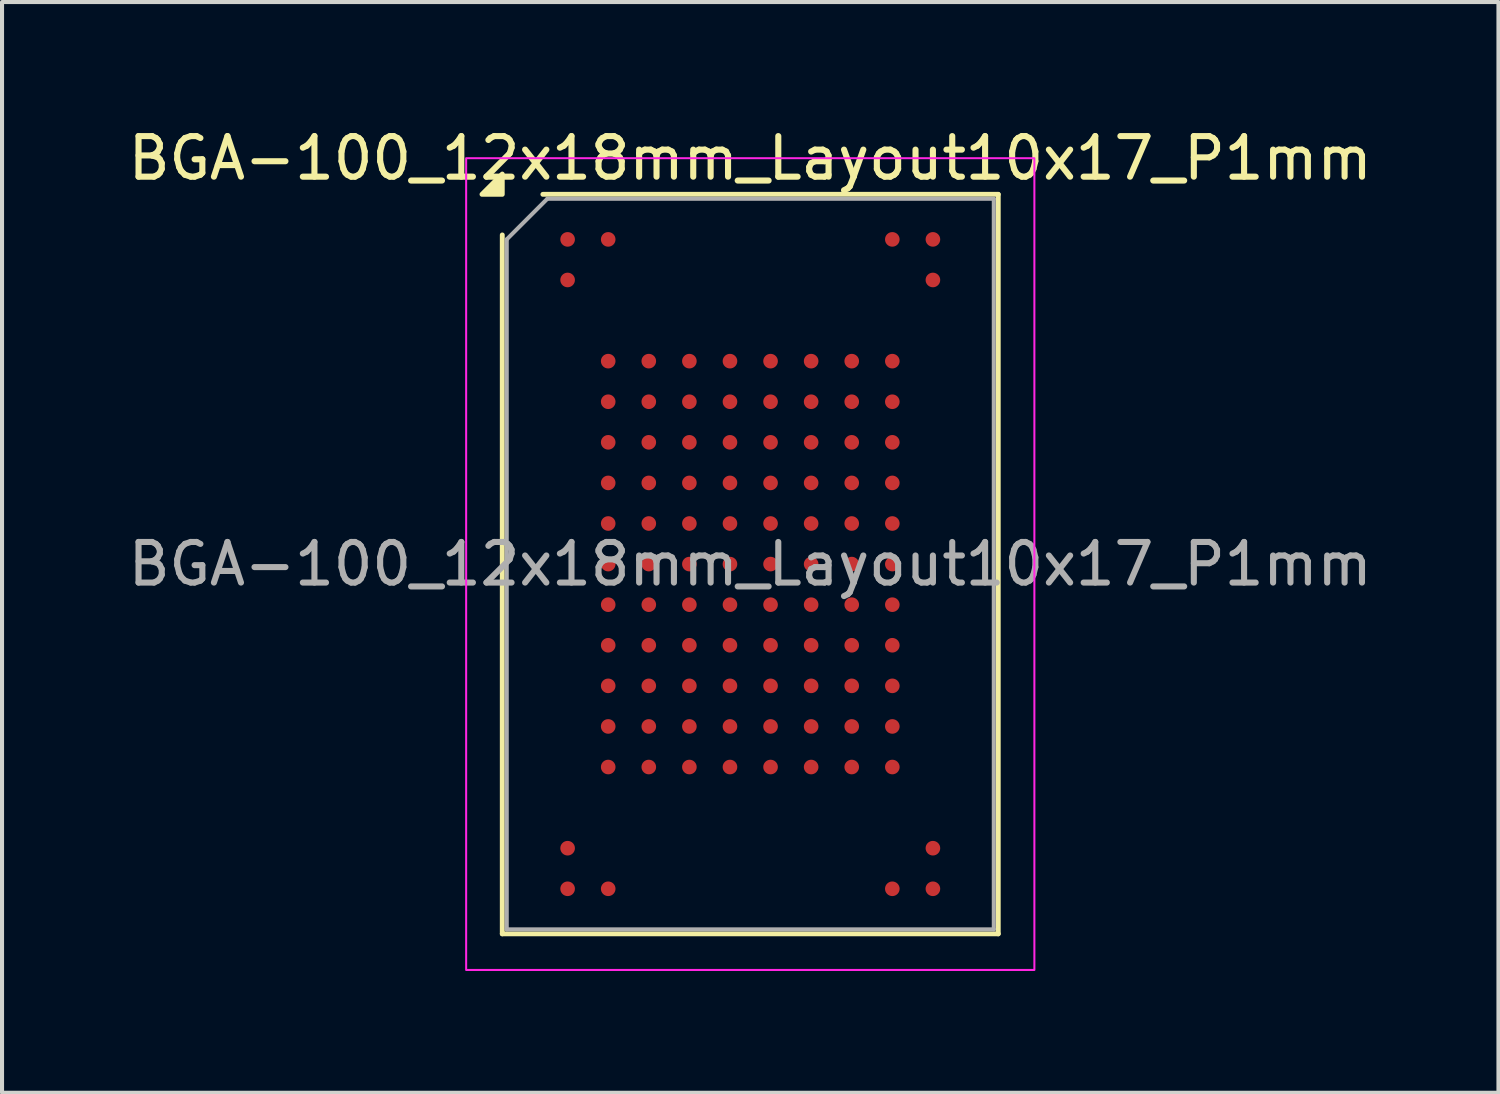
<source format=kicad_pcb>
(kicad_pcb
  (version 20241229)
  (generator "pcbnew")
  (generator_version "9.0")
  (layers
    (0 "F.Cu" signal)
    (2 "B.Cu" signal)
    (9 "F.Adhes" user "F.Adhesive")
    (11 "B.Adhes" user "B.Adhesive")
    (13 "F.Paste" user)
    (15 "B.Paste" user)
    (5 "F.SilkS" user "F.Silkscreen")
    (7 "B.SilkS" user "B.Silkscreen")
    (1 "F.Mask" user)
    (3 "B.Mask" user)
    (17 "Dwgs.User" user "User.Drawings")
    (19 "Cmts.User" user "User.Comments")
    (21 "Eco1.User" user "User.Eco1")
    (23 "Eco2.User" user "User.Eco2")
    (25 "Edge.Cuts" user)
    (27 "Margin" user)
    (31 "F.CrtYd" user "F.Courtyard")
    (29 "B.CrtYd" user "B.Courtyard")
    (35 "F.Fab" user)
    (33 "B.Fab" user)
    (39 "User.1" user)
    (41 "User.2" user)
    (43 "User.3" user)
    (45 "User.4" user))
  (footprint "BGA-100_12x18mm_Layout10x17_P1mm"
    (layer "F.Cu")
    (at 15.435 10.848)
    (property "Reference" "BGA-100_12x18mm_Layout10x17_P1mm" (at 0 -10 0) (layer "F.SilkS") (effects (font (size 1 1) (thickness 0.15))))
    (attr smd)
    (fp_line (start -6.11 9.11) (end -6.11 -8.11) (stroke (width 0.12) (type solid)) (layer "F.SilkS"))
    (fp_line (start -5.11 -9.11) (end 6.11 -9.11) (stroke (width 0.12) (type solid)) (layer "F.SilkS"))
    (fp_line (start 6.11 -9.11) (end 6.11 9.11) (stroke (width 0.12) (type solid)) (layer "F.SilkS"))
    (fp_line (start 6.11 9.11) (end -6.11 9.11) (stroke (width 0.12) (type solid)) (layer "F.SilkS"))
    (fp_poly (pts (xy -6.11 -9.11) (xy -6.61 -9.11) (xy -6.11 -9.61)) (stroke (width 0.12) (type solid)) (fill yes) (layer "F.SilkS"))
    (fp_rect (start -7 -10) (end 7 10) (stroke (width 0.05) (type solid)) (fill no) (layer "F.CrtYd"))
    (fp_line (start -6 -8) (end -5 -9) (stroke (width 0.1) (type solid)) (layer "F.Fab"))
    (fp_line (start -6 9) (end -6 -8) (stroke (width 0.1) (type solid)) (layer "F.Fab"))
    (fp_line (start -5 -9) (end 6 -9) (stroke (width 0.1) (type solid)) (layer "F.Fab"))
    (fp_line (start 6 -9) (end 6 9) (stroke (width 0.1) (type solid)) (layer "F.Fab"))
    (fp_line (start 6 9) (end -6 9) (stroke (width 0.1) (type solid)) (layer "F.Fab"))
    (fp_text user "${REFERENCE}" (at 0 0 0) (layer "F.Fab") (effects (font (size 1 1) (thickness 0.15))))
    (pad "A1" smd circle (at -4.5 -8) (size 0.36 0.36) (property pad_prop_bga) (layers "F.Cu" "F.Mask" "F.Paste"))
    (pad "A2" smd circle (at -3.5 -8) (size 0.36 0.36) (property pad_prop_bga) (layers "F.Cu" "F.Mask" "F.Paste"))
    (pad "A9" smd circle (at 3.5 -8) (size 0.36 0.36) (property pad_prop_bga) (layers "F.Cu" "F.Mask" "F.Paste"))
    (pad "A10" smd circle (at 4.5 -8) (size 0.36 0.36) (property pad_prop_bga) (layers "F.Cu" "F.Mask" "F.Paste"))
    (pad "B1" smd circle (at -4.5 -7) (size 0.36 0.36) (property pad_prop_bga) (layers "F.Cu" "F.Mask" "F.Paste"))
    (pad "B10" smd circle (at 4.5 -7) (size 0.36 0.36) (property pad_prop_bga) (layers "F.Cu" "F.Mask" "F.Paste"))
    (pad "D2" smd circle (at -3.5 -5) (size 0.36 0.36) (property pad_prop_bga) (layers "F.Cu" "F.Mask" "F.Paste"))
    (pad "D3" smd circle (at -2.5 -5) (size 0.36 0.36) (property pad_prop_bga) (layers "F.Cu" "F.Mask" "F.Paste"))
    (pad "D4" smd circle (at -1.5 -5) (size 0.36 0.36) (property pad_prop_bga) (layers "F.Cu" "F.Mask" "F.Paste"))
    (pad "D5" smd circle (at -0.5 -5) (size 0.36 0.36) (property pad_prop_bga) (layers "F.Cu" "F.Mask" "F.Paste"))
    (pad "D6" smd circle (at 0.5 -5) (size 0.36 0.36) (property pad_prop_bga) (layers "F.Cu" "F.Mask" "F.Paste"))
    (pad "D7" smd circle (at 1.5 -5) (size 0.36 0.36) (property pad_prop_bga) (layers "F.Cu" "F.Mask" "F.Paste"))
    (pad "D8" smd circle (at 2.5 -5) (size 0.36 0.36) (property pad_prop_bga) (layers "F.Cu" "F.Mask" "F.Paste"))
    (pad "D9" smd circle (at 3.5 -5) (size 0.36 0.36) (property pad_prop_bga) (layers "F.Cu" "F.Mask" "F.Paste"))
    (pad "E2" smd circle (at -3.5 -4) (size 0.36 0.36) (property pad_prop_bga) (layers "F.Cu" "F.Mask" "F.Paste"))
    (pad "E3" smd circle (at -2.5 -4) (size 0.36 0.36) (property pad_prop_bga) (layers "F.Cu" "F.Mask" "F.Paste"))
    (pad "E4" smd circle (at -1.5 -4) (size 0.36 0.36) (property pad_prop_bga) (layers "F.Cu" "F.Mask" "F.Paste"))
    (pad "E5" smd circle (at -0.5 -4) (size 0.36 0.36) (property pad_prop_bga) (layers "F.Cu" "F.Mask" "F.Paste"))
    (pad "E6" smd circle (at 0.5 -4) (size 0.36 0.36) (property pad_prop_bga) (layers "F.Cu" "F.Mask" "F.Paste"))
    (pad "E7" smd circle (at 1.5 -4) (size 0.36 0.36) (property pad_prop_bga) (layers "F.Cu" "F.Mask" "F.Paste"))
    (pad "E8" smd circle (at 2.5 -4) (size 0.36 0.36) (property pad_prop_bga) (layers "F.Cu" "F.Mask" "F.Paste"))
    (pad "E9" smd circle (at 3.5 -4) (size 0.36 0.36) (property pad_prop_bga) (layers "F.Cu" "F.Mask" "F.Paste"))
    (pad "F2" smd circle (at -3.5 -3) (size 0.36 0.36) (property pad_prop_bga) (layers "F.Cu" "F.Mask" "F.Paste"))
    (pad "F3" smd circle (at -2.5 -3) (size 0.36 0.36) (property pad_prop_bga) (layers "F.Cu" "F.Mask" "F.Paste"))
    (pad "F4" smd circle (at -1.5 -3) (size 0.36 0.36) (property pad_prop_bga) (layers "F.Cu" "F.Mask" "F.Paste"))
    (pad "F5" smd circle (at -0.5 -3) (size 0.36 0.36) (property pad_prop_bga) (layers "F.Cu" "F.Mask" "F.Paste"))
    (pad "F6" smd circle (at 0.5 -3) (size 0.36 0.36) (property pad_prop_bga) (layers "F.Cu" "F.Mask" "F.Paste"))
    (pad "F7" smd circle (at 1.5 -3) (size 0.36 0.36) (property pad_prop_bga) (layers "F.Cu" "F.Mask" "F.Paste"))
    (pad "F8" smd circle (at 2.5 -3) (size 0.36 0.36) (property pad_prop_bga) (layers "F.Cu" "F.Mask" "F.Paste"))
    (pad "F9" smd circle (at 3.5 -3) (size 0.36 0.36) (property pad_prop_bga) (layers "F.Cu" "F.Mask" "F.Paste"))
    (pad "G2" smd circle (at -3.5 -2) (size 0.36 0.36) (property pad_prop_bga) (layers "F.Cu" "F.Mask" "F.Paste"))
    (pad "G3" smd circle (at -2.5 -2) (size 0.36 0.36) (property pad_prop_bga) (layers "F.Cu" "F.Mask" "F.Paste"))
    (pad "G4" smd circle (at -1.5 -2) (size 0.36 0.36) (property pad_prop_bga) (layers "F.Cu" "F.Mask" "F.Paste"))
    (pad "G5" smd circle (at -0.5 -2) (size 0.36 0.36) (property pad_prop_bga) (layers "F.Cu" "F.Mask" "F.Paste"))
    (pad "G6" smd circle (at 0.5 -2) (size 0.36 0.36) (property pad_prop_bga) (layers "F.Cu" "F.Mask" "F.Paste"))
    (pad "G7" smd circle (at 1.5 -2) (size 0.36 0.36) (property pad_prop_bga) (layers "F.Cu" "F.Mask" "F.Paste"))
    (pad "G8" smd circle (at 2.5 -2) (size 0.36 0.36) (property pad_prop_bga) (layers "F.Cu" "F.Mask" "F.Paste"))
    (pad "G9" smd circle (at 3.5 -2) (size 0.36 0.36) (property pad_prop_bga) (layers "F.Cu" "F.Mask" "F.Paste"))
    (pad "H2" smd circle (at -3.5 -1) (size 0.36 0.36) (property pad_prop_bga) (layers "F.Cu" "F.Mask" "F.Paste"))
    (pad "H3" smd circle (at -2.5 -1) (size 0.36 0.36) (property pad_prop_bga) (layers "F.Cu" "F.Mask" "F.Paste"))
    (pad "H4" smd circle (at -1.5 -1) (size 0.36 0.36) (property pad_prop_bga) (layers "F.Cu" "F.Mask" "F.Paste"))
    (pad "H5" smd circle (at -0.5 -1) (size 0.36 0.36) (property pad_prop_bga) (layers "F.Cu" "F.Mask" "F.Paste"))
    (pad "H6" smd circle (at 0.5 -1) (size 0.36 0.36) (property pad_prop_bga) (layers "F.Cu" "F.Mask" "F.Paste"))
    (pad "H7" smd circle (at 1.5 -1) (size 0.36 0.36) (property pad_prop_bga) (layers "F.Cu" "F.Mask" "F.Paste"))
    (pad "H8" smd circle (at 2.5 -1) (size 0.36 0.36) (property pad_prop_bga) (layers "F.Cu" "F.Mask" "F.Paste"))
    (pad "H9" smd circle (at 3.5 -1) (size 0.36 0.36) (property pad_prop_bga) (layers "F.Cu" "F.Mask" "F.Paste"))
    (pad "J2" smd circle (at -3.5 0) (size 0.36 0.36) (property pad_prop_bga) (layers "F.Cu" "F.Mask" "F.Paste"))
    (pad "J3" smd circle (at -2.5 0) (size 0.36 0.36) (property pad_prop_bga) (layers "F.Cu" "F.Mask" "F.Paste"))
    (pad "J4" smd circle (at -1.5 0) (size 0.36 0.36) (property pad_prop_bga) (layers "F.Cu" "F.Mask" "F.Paste"))
    (pad "J5" smd circle (at -0.5 0) (size 0.36 0.36) (property pad_prop_bga) (layers "F.Cu" "F.Mask" "F.Paste"))
    (pad "J6" smd circle (at 0.5 0) (size 0.36 0.36) (property pad_prop_bga) (layers "F.Cu" "F.Mask" "F.Paste"))
    (pad "J7" smd circle (at 1.5 0) (size 0.36 0.36) (property pad_prop_bga) (layers "F.Cu" "F.Mask" "F.Paste"))
    (pad "J8" smd circle (at 2.5 0) (size 0.36 0.36) (property pad_prop_bga) (layers "F.Cu" "F.Mask" "F.Paste"))
    (pad "J9" smd circle (at 3.5 0) (size 0.36 0.36) (property pad_prop_bga) (layers "F.Cu" "F.Mask" "F.Paste"))
    (pad "K2" smd circle (at -3.5 1) (size 0.36 0.36) (property pad_prop_bga) (layers "F.Cu" "F.Mask" "F.Paste"))
    (pad "K3" smd circle (at -2.5 1) (size 0.36 0.36) (property pad_prop_bga) (layers "F.Cu" "F.Mask" "F.Paste"))
    (pad "K4" smd circle (at -1.5 1) (size 0.36 0.36) (property pad_prop_bga) (layers "F.Cu" "F.Mask" "F.Paste"))
    (pad "K5" smd circle (at -0.5 1) (size 0.36 0.36) (property pad_prop_bga) (layers "F.Cu" "F.Mask" "F.Paste"))
    (pad "K6" smd circle (at 0.5 1) (size 0.36 0.36) (property pad_prop_bga) (layers "F.Cu" "F.Mask" "F.Paste"))
    (pad "K7" smd circle (at 1.5 1) (size 0.36 0.36) (property pad_prop_bga) (layers "F.Cu" "F.Mask" "F.Paste"))
    (pad "K8" smd circle (at 2.5 1) (size 0.36 0.36) (property pad_prop_bga) (layers "F.Cu" "F.Mask" "F.Paste"))
    (pad "K9" smd circle (at 3.5 1) (size 0.36 0.36) (property pad_prop_bga) (layers "F.Cu" "F.Mask" "F.Paste"))
    (pad "L2" smd circle (at -3.5 2) (size 0.36 0.36) (property pad_prop_bga) (layers "F.Cu" "F.Mask" "F.Paste"))
    (pad "L3" smd circle (at -2.5 2) (size 0.36 0.36) (property pad_prop_bga) (layers "F.Cu" "F.Mask" "F.Paste"))
    (pad "L4" smd circle (at -1.5 2) (size 0.36 0.36) (property pad_prop_bga) (layers "F.Cu" "F.Mask" "F.Paste"))
    (pad "L5" smd circle (at -0.5 2) (size 0.36 0.36) (property pad_prop_bga) (layers "F.Cu" "F.Mask" "F.Paste"))
    (pad "L6" smd circle (at 0.5 2) (size 0.36 0.36) (property pad_prop_bga) (layers "F.Cu" "F.Mask" "F.Paste"))
    (pad "L7" smd circle (at 1.5 2) (size 0.36 0.36) (property pad_prop_bga) (layers "F.Cu" "F.Mask" "F.Paste"))
    (pad "L8" smd circle (at 2.5 2) (size 0.36 0.36) (property pad_prop_bga) (layers "F.Cu" "F.Mask" "F.Paste"))
    (pad "L9" smd circle (at 3.5 2) (size 0.36 0.36) (property pad_prop_bga) (layers "F.Cu" "F.Mask" "F.Paste"))
    (pad "M2" smd circle (at -3.5 3) (size 0.36 0.36) (property pad_prop_bga) (layers "F.Cu" "F.Mask" "F.Paste"))
    (pad "M3" smd circle (at -2.5 3) (size 0.36 0.36) (property pad_prop_bga) (layers "F.Cu" "F.Mask" "F.Paste"))
    (pad "M4" smd circle (at -1.5 3) (size 0.36 0.36) (property pad_prop_bga) (layers "F.Cu" "F.Mask" "F.Paste"))
    (pad "M5" smd circle (at -0.5 3) (size 0.36 0.36) (property pad_prop_bga) (layers "F.Cu" "F.Mask" "F.Paste"))
    (pad "M6" smd circle (at 0.5 3) (size 0.36 0.36) (property pad_prop_bga) (layers "F.Cu" "F.Mask" "F.Paste"))
    (pad "M7" smd circle (at 1.5 3) (size 0.36 0.36) (property pad_prop_bga) (layers "F.Cu" "F.Mask" "F.Paste"))
    (pad "M8" smd circle (at 2.5 3) (size 0.36 0.36) (property pad_prop_bga) (layers "F.Cu" "F.Mask" "F.Paste"))
    (pad "M9" smd circle (at 3.5 3) (size 0.36 0.36) (property pad_prop_bga) (layers "F.Cu" "F.Mask" "F.Paste"))
    (pad "N2" smd circle (at -3.5 4) (size 0.36 0.36) (property pad_prop_bga) (layers "F.Cu" "F.Mask" "F.Paste"))
    (pad "N3" smd circle (at -2.5 4) (size 0.36 0.36) (property pad_prop_bga) (layers "F.Cu" "F.Mask" "F.Paste"))
    (pad "N4" smd circle (at -1.5 4) (size 0.36 0.36) (property pad_prop_bga) (layers "F.Cu" "F.Mask" "F.Paste"))
    (pad "N5" smd circle (at -0.5 4) (size 0.36 0.36) (property pad_prop_bga) (layers "F.Cu" "F.Mask" "F.Paste"))
    (pad "N6" smd circle (at 0.5 4) (size 0.36 0.36) (property pad_prop_bga) (layers "F.Cu" "F.Mask" "F.Paste"))
    (pad "N7" smd circle (at 1.5 4) (size 0.36 0.36) (property pad_prop_bga) (layers "F.Cu" "F.Mask" "F.Paste"))
    (pad "N8" smd circle (at 2.5 4) (size 0.36 0.36) (property pad_prop_bga) (layers "F.Cu" "F.Mask" "F.Paste"))
    (pad "N9" smd circle (at 3.5 4) (size 0.36 0.36) (property pad_prop_bga) (layers "F.Cu" "F.Mask" "F.Paste"))
    (pad "P2" smd circle (at -3.5 5) (size 0.36 0.36) (property pad_prop_bga) (layers "F.Cu" "F.Mask" "F.Paste"))
    (pad "P3" smd circle (at -2.5 5) (size 0.36 0.36) (property pad_prop_bga) (layers "F.Cu" "F.Mask" "F.Paste"))
    (pad "P4" smd circle (at -1.5 5) (size 0.36 0.36) (property pad_prop_bga) (layers "F.Cu" "F.Mask" "F.Paste"))
    (pad "P5" smd circle (at -0.5 5) (size 0.36 0.36) (property pad_prop_bga) (layers "F.Cu" "F.Mask" "F.Paste"))
    (pad "P6" smd circle (at 0.5 5) (size 0.36 0.36) (property pad_prop_bga) (layers "F.Cu" "F.Mask" "F.Paste"))
    (pad "P7" smd circle (at 1.5 5) (size 0.36 0.36) (property pad_prop_bga) (layers "F.Cu" "F.Mask" "F.Paste"))
    (pad "P8" smd circle (at 2.5 5) (size 0.36 0.36) (property pad_prop_bga) (layers "F.Cu" "F.Mask" "F.Paste"))
    (pad "P9" smd circle (at 3.5 5) (size 0.36 0.36) (property pad_prop_bga) (layers "F.Cu" "F.Mask" "F.Paste"))
    (pad "T1" smd circle (at -4.5 7) (size 0.36 0.36) (property pad_prop_bga) (layers "F.Cu" "F.Mask" "F.Paste"))
    (pad "T10" smd circle (at 4.5 7) (size 0.36 0.36) (property pad_prop_bga) (layers "F.Cu" "F.Mask" "F.Paste"))
    (pad "U1" smd circle (at -4.5 8) (size 0.36 0.36) (property pad_prop_bga) (layers "F.Cu" "F.Mask" "F.Paste"))
    (pad "U2" smd circle (at -3.5 8) (size 0.36 0.36) (property pad_prop_bga) (layers "F.Cu" "F.Mask" "F.Paste"))
    (pad "U9" smd circle (at 3.5 8) (size 0.36 0.36) (property pad_prop_bga) (layers "F.Cu" "F.Mask" "F.Paste"))
    (pad "U10" smd circle (at 4.5 8) (size 0.36 0.36) (property pad_prop_bga) (layers "F.Cu" "F.Mask" "F.Paste")))
  (gr_rect
    (start -3 -3)
    (end 33.869 23.873)
    (stroke (width 0.1) (type default))
    (fill no)
    (layer "Edge.Cuts")))
</source>
